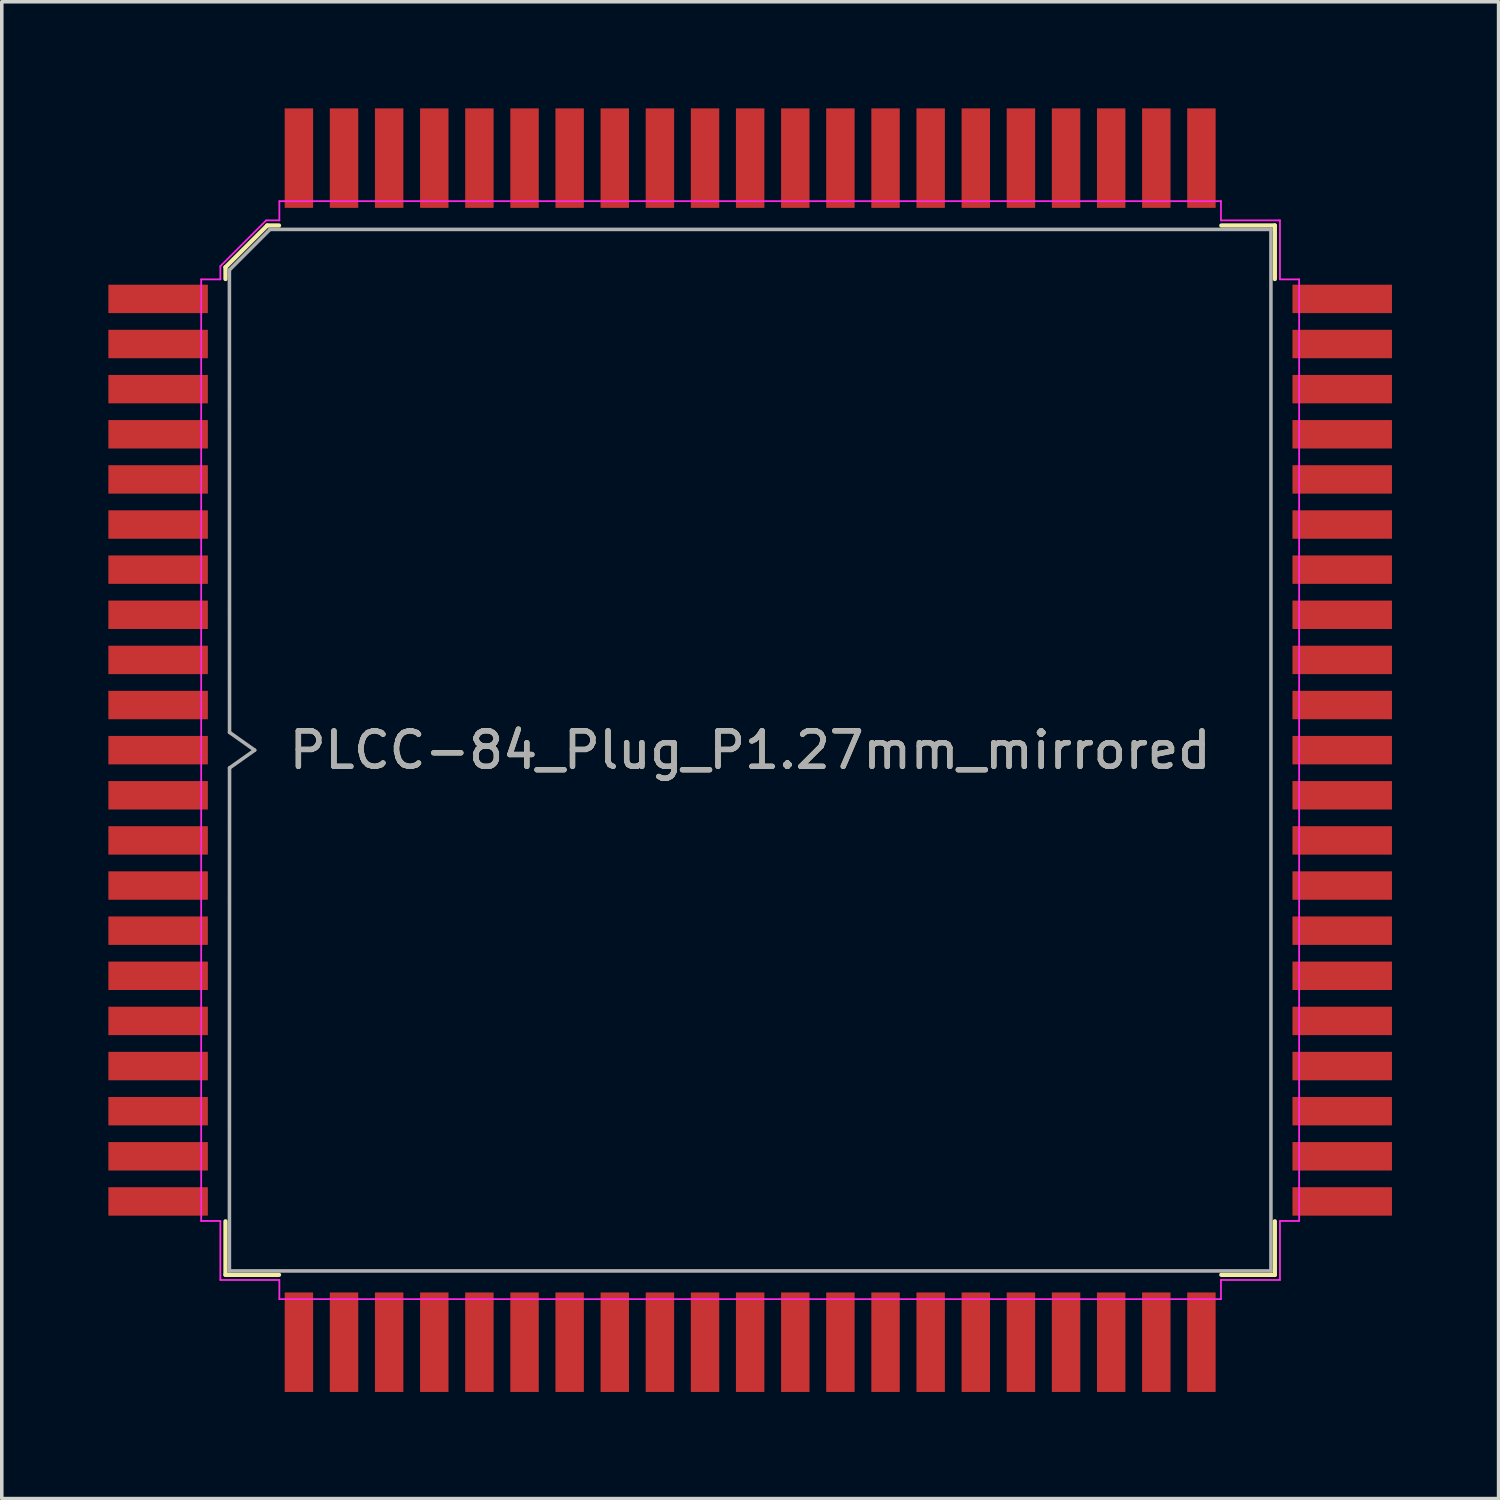
<source format=kicad_pcb>
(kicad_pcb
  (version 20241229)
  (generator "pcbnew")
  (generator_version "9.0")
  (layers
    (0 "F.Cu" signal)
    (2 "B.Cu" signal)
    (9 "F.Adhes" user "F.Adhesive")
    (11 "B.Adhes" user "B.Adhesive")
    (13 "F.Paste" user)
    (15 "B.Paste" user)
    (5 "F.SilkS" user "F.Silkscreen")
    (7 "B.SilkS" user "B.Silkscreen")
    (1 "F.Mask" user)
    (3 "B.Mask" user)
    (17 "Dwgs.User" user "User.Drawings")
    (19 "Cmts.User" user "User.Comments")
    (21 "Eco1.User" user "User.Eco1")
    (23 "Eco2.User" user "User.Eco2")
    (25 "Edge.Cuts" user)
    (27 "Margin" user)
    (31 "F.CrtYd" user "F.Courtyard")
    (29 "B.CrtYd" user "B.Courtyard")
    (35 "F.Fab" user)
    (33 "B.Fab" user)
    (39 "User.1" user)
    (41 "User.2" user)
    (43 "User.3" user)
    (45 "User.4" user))
  (footprint "PLCC-84_Plug_P1.27mm_mirrored"
    (layer "F.Cu")
    (at 18.062 18.062)
    (property "Reference" "PLCC-84_Plug_P1.27mm_mirrored" (at 0 0.001 0) (layer "F.SilkS") (effects (font (size 1 1) (thickness 0.15))))
    (attr smd)
    (fp_line (start -14.766 -13.591) (end -14.766 -13.26) (stroke (width 0.12) (type solid)) (layer "F.SilkS"))
    (fp_line (start -14.766 14.766) (end -14.766 13.26) (stroke (width 0.12) (type solid)) (layer "F.SilkS"))
    (fp_line (start -13.591 -14.766) (end -14.766 -13.591) (stroke (width 0.12) (type solid)) (layer "F.SilkS"))
    (fp_line (start -13.26 -14.766) (end -13.591 -14.766) (stroke (width 0.12) (type solid)) (layer "F.SilkS"))
    (fp_line (start -13.26 14.766) (end -14.766 14.766) (stroke (width 0.12) (type solid)) (layer "F.SilkS"))
    (fp_line (start 13.26 -14.766) (end 14.766 -14.766) (stroke (width 0.12) (type solid)) (layer "F.SilkS"))
    (fp_line (start 13.26 14.766) (end 14.766 14.766) (stroke (width 0.12) (type solid)) (layer "F.SilkS"))
    (fp_line (start 14.766 -14.766) (end 14.766 -13.26) (stroke (width 0.12) (type solid)) (layer "F.SilkS"))
    (fp_line (start 14.766 14.766) (end 14.766 13.26) (stroke (width 0.12) (type solid)) (layer "F.SilkS"))
    (fp_line (start -15.45 -13.25) (end -15.45 0) (stroke (width 0.05) (type solid)) (layer "F.CrtYd"))
    (fp_line (start -15.45 13.25) (end -15.45 0) (stroke (width 0.05) (type solid)) (layer "F.CrtYd"))
    (fp_line (start -14.91 -13.62) (end -14.91 -13.25) (stroke (width 0.05) (type solid)) (layer "F.CrtYd"))
    (fp_line (start -14.91 -13.25) (end -15.45 -13.25) (stroke (width 0.05) (type solid)) (layer "F.CrtYd"))
    (fp_line (start -14.91 13.25) (end -15.45 13.25) (stroke (width 0.05) (type solid)) (layer "F.CrtYd"))
    (fp_line (start -14.91 14.91) (end -14.91 13.25) (stroke (width 0.05) (type solid)) (layer "F.CrtYd"))
    (fp_line (start -13.62 -14.91) (end -14.91 -13.62) (stroke (width 0.05) (type solid)) (layer "F.CrtYd"))
    (fp_line (start -13.25 -15.45) (end -13.25 -14.91) (stroke (width 0.05) (type solid)) (layer "F.CrtYd"))
    (fp_line (start -13.25 -14.91) (end -13.62 -14.91) (stroke (width 0.05) (type solid)) (layer "F.CrtYd"))
    (fp_line (start -13.25 14.91) (end -14.91 14.91) (stroke (width 0.05) (type solid)) (layer "F.CrtYd"))
    (fp_line (start -13.25 15.45) (end -13.25 14.91) (stroke (width 0.05) (type solid)) (layer "F.CrtYd"))
    (fp_line (start 0 -15.45) (end -13.25 -15.45) (stroke (width 0.05) (type solid)) (layer "F.CrtYd"))
    (fp_line (start 0 -15.45) (end 13.25 -15.45) (stroke (width 0.05) (type solid)) (layer "F.CrtYd"))
    (fp_line (start 0 15.45) (end -13.25 15.45) (stroke (width 0.05) (type solid)) (layer "F.CrtYd"))
    (fp_line (start 0 15.45) (end 13.25 15.45) (stroke (width 0.05) (type solid)) (layer "F.CrtYd"))
    (fp_line (start 13.25 -15.45) (end 13.25 -14.91) (stroke (width 0.05) (type solid)) (layer "F.CrtYd"))
    (fp_line (start 13.25 -14.91) (end 14.91 -14.91) (stroke (width 0.05) (type solid)) (layer "F.CrtYd"))
    (fp_line (start 13.25 14.91) (end 14.91 14.91) (stroke (width 0.05) (type solid)) (layer "F.CrtYd"))
    (fp_line (start 13.25 15.45) (end 13.25 14.91) (stroke (width 0.05) (type solid)) (layer "F.CrtYd"))
    (fp_line (start 14.91 -14.91) (end 14.91 -13.25) (stroke (width 0.05) (type solid)) (layer "F.CrtYd"))
    (fp_line (start 14.91 -13.25) (end 15.45 -13.25) (stroke (width 0.05) (type solid)) (layer "F.CrtYd"))
    (fp_line (start 14.91 13.25) (end 15.45 13.25) (stroke (width 0.05) (type solid)) (layer "F.CrtYd"))
    (fp_line (start 14.91 14.91) (end 14.91 13.25) (stroke (width 0.05) (type solid)) (layer "F.CrtYd"))
    (fp_line (start 15.45 -13.25) (end 15.45 0) (stroke (width 0.05) (type solid)) (layer "F.CrtYd"))
    (fp_line (start 15.45 13.25) (end 15.45 0) (stroke (width 0.05) (type solid)) (layer "F.CrtYd"))
    (fp_line (start -14.656 -13.513) (end -13.513 -14.656) (stroke (width 0.1) (type solid)) (layer "F.Fab"))
    (fp_line (start -14.656 14.656) (end -14.652 0.5) (stroke (width 0.1) (type solid)) (layer "F.Fab"))
    (fp_line (start -14.652 -0.5) (end -14.656 -13.513) (stroke (width 0.1) (type solid)) (layer "F.Fab"))
    (fp_line (start -14.652 0.5) (end -13.945 0) (stroke (width 0.1) (type solid)) (layer "F.Fab"))
    (fp_line (start -13.945 0) (end -14.652 -0.5) (stroke (width 0.1) (type solid)) (layer "F.Fab"))
    (fp_line (start -13.513 -14.656) (end 14.656 -14.656) (stroke (width 0.1) (type solid)) (layer "F.Fab"))
    (fp_line (start 14.656 -14.656) (end 14.656 14.656) (stroke (width 0.1) (type solid)) (layer "F.Fab"))
    (fp_line (start 14.656 14.656) (end -14.656 14.656) (stroke (width 0.1) (type solid)) (layer "F.Fab"))
    (fp_text user "${REFERENCE}" (at 0 0 0) (layer "F.Fab") (effects (font (size 1 1) (thickness 0.15))))
    (pad "1" smd rect (at -16.662 0) (size 2.8 0.8) (layers "F.Cu" "F.Mask" "F.Paste"))
    (pad "2" smd rect (at -16.662 -1.27) (size 2.8 0.8) (layers "F.Cu" "F.Mask" "F.Paste"))
    (pad "3" smd rect (at -16.662 -2.54) (size 2.8 0.8) (layers "F.Cu" "F.Mask" "F.Paste"))
    (pad "4" smd rect (at -16.662 -3.81) (size 2.8 0.8) (layers "F.Cu" "F.Mask" "F.Paste"))
    (pad "5" smd rect (at -16.662 -5.08) (size 2.8 0.8) (layers "F.Cu" "F.Mask" "F.Paste"))
    (pad "6" smd rect (at -16.662 -6.35) (size 2.8 0.8) (layers "F.Cu" "F.Mask" "F.Paste"))
    (pad "7" smd rect (at -16.662 -7.62) (size 2.8 0.8) (layers "F.Cu" "F.Mask" "F.Paste"))
    (pad "8" smd rect (at -16.662 -8.89) (size 2.8 0.8) (layers "F.Cu" "F.Mask" "F.Paste"))
    (pad "9" smd rect (at -16.662 -10.16) (size 2.8 0.8) (layers "F.Cu" "F.Mask" "F.Paste"))
    (pad "10" smd rect (at -16.662 -11.43) (size 2.8 0.8) (layers "F.Cu" "F.Mask" "F.Paste"))
    (pad "11" smd rect (at -16.662 -12.7) (size 2.8 0.8) (layers "F.Cu" "F.Mask" "F.Paste"))
    (pad "12" smd rect (at -12.7 -16.662) (size 0.8 2.8) (layers "F.Cu" "F.Mask" "F.Paste"))
    (pad "13" smd rect (at -11.43 -16.662) (size 0.8 2.8) (layers "F.Cu" "F.Mask" "F.Paste"))
    (pad "14" smd rect (at -10.16 -16.662) (size 0.8 2.8) (layers "F.Cu" "F.Mask" "F.Paste"))
    (pad "15" smd rect (at -8.89 -16.662) (size 0.8 2.8) (layers "F.Cu" "F.Mask" "F.Paste"))
    (pad "16" smd rect (at -7.62 -16.662) (size 0.8 2.8) (layers "F.Cu" "F.Mask" "F.Paste"))
    (pad "17" smd rect (at -6.35 -16.662) (size 0.8 2.8) (layers "F.Cu" "F.Mask" "F.Paste"))
    (pad "18" smd rect (at -5.08 -16.662) (size 0.8 2.8) (layers "F.Cu" "F.Mask" "F.Paste"))
    (pad "19" smd rect (at -3.81 -16.662) (size 0.8 2.8) (layers "F.Cu" "F.Mask" "F.Paste"))
    (pad "20" smd rect (at -2.54 -16.662) (size 0.8 2.8) (layers "F.Cu" "F.Mask" "F.Paste"))
    (pad "21" smd rect (at -1.27 -16.662) (size 0.8 2.8) (layers "F.Cu" "F.Mask" "F.Paste"))
    (pad "22" smd rect (at 0 -16.662) (size 0.8 2.8) (layers "F.Cu" "F.Mask" "F.Paste"))
    (pad "23" smd rect (at 1.27 -16.662) (size 0.8 2.8) (layers "F.Cu" "F.Mask" "F.Paste"))
    (pad "24" smd rect (at 2.54 -16.662) (size 0.8 2.8) (layers "F.Cu" "F.Mask" "F.Paste"))
    (pad "25" smd rect (at 3.81 -16.662) (size 0.8 2.8) (layers "F.Cu" "F.Mask" "F.Paste"))
    (pad "26" smd rect (at 5.08 -16.662) (size 0.8 2.8) (layers "F.Cu" "F.Mask" "F.Paste"))
    (pad "27" smd rect (at 6.35 -16.662) (size 0.8 2.8) (layers "F.Cu" "F.Mask" "F.Paste"))
    (pad "28" smd rect (at 7.62 -16.662) (size 0.8 2.8) (layers "F.Cu" "F.Mask" "F.Paste"))
    (pad "29" smd rect (at 8.89 -16.662) (size 0.8 2.8) (layers "F.Cu" "F.Mask" "F.Paste"))
    (pad "30" smd rect (at 10.16 -16.662) (size 0.8 2.8) (layers "F.Cu" "F.Mask" "F.Paste"))
    (pad "31" smd rect (at 11.43 -16.662) (size 0.8 2.8) (layers "F.Cu" "F.Mask" "F.Paste"))
    (pad "32" smd rect (at 12.7 -16.662) (size 0.8 2.8) (layers "F.Cu" "F.Mask" "F.Paste"))
    (pad "33" smd rect (at 16.662 -12.7) (size 2.8 0.8) (layers "F.Cu" "F.Mask" "F.Paste"))
    (pad "34" smd rect (at 16.662 -11.43) (size 2.8 0.8) (layers "F.Cu" "F.Mask" "F.Paste"))
    (pad "35" smd rect (at 16.662 -10.16) (size 2.8 0.8) (layers "F.Cu" "F.Mask" "F.Paste"))
    (pad "36" smd rect (at 16.662 -8.89) (size 2.8 0.8) (layers "F.Cu" "F.Mask" "F.Paste"))
    (pad "37" smd rect (at 16.662 -7.62) (size 2.8 0.8) (layers "F.Cu" "F.Mask" "F.Paste"))
    (pad "38" smd rect (at 16.662 -6.35) (size 2.8 0.8) (layers "F.Cu" "F.Mask" "F.Paste"))
    (pad "39" smd rect (at 16.662 -5.08) (size 2.8 0.8) (layers "F.Cu" "F.Mask" "F.Paste"))
    (pad "40" smd rect (at 16.662 -3.81) (size 2.8 0.8) (layers "F.Cu" "F.Mask" "F.Paste"))
    (pad "41" smd rect (at 16.662 -2.54) (size 2.8 0.8) (layers "F.Cu" "F.Mask" "F.Paste"))
    (pad "42" smd rect (at 16.662 -1.27) (size 2.8 0.8) (layers "F.Cu" "F.Mask" "F.Paste"))
    (pad "43" smd rect (at 16.662 0) (size 2.8 0.8) (layers "F.Cu" "F.Mask" "F.Paste"))
    (pad "44" smd rect (at 16.662 1.27) (size 2.8 0.8) (layers "F.Cu" "F.Mask" "F.Paste"))
    (pad "45" smd rect (at 16.662 2.54) (size 2.8 0.8) (layers "F.Cu" "F.Mask" "F.Paste"))
    (pad "46" smd rect (at 16.662 3.81) (size 2.8 0.8) (layers "F.Cu" "F.Mask" "F.Paste"))
    (pad "47" smd rect (at 16.662 5.08) (size 2.8 0.8) (layers "F.Cu" "F.Mask" "F.Paste"))
    (pad "48" smd rect (at 16.662 6.35) (size 2.8 0.8) (layers "F.Cu" "F.Mask" "F.Paste"))
    (pad "49" smd rect (at 16.662 7.62) (size 2.8 0.8) (layers "F.Cu" "F.Mask" "F.Paste"))
    (pad "50" smd rect (at 16.662 8.89) (size 2.8 0.8) (layers "F.Cu" "F.Mask" "F.Paste"))
    (pad "51" smd rect (at 16.662 10.16) (size 2.8 0.8) (layers "F.Cu" "F.Mask" "F.Paste"))
    (pad "52" smd rect (at 16.662 11.43) (size 2.8 0.8) (layers "F.Cu" "F.Mask" "F.Paste"))
    (pad "53" smd rect (at 16.662 12.7) (size 2.8 0.8) (layers "F.Cu" "F.Mask" "F.Paste"))
    (pad "54" smd rect (at 12.7 16.662) (size 0.8 2.8) (layers "F.Cu" "F.Mask" "F.Paste"))
    (pad "55" smd rect (at 11.43 16.662) (size 0.8 2.8) (layers "F.Cu" "F.Mask" "F.Paste"))
    (pad "56" smd rect (at 10.16 16.662) (size 0.8 2.8) (layers "F.Cu" "F.Mask" "F.Paste"))
    (pad "57" smd rect (at 8.89 16.662) (size 0.8 2.8) (layers "F.Cu" "F.Mask" "F.Paste"))
    (pad "58" smd rect (at 7.62 16.662) (size 0.8 2.8) (layers "F.Cu" "F.Mask" "F.Paste"))
    (pad "59" smd rect (at 6.35 16.662) (size 0.8 2.8) (layers "F.Cu" "F.Mask" "F.Paste"))
    (pad "60" smd rect (at 5.08 16.662) (size 0.8 2.8) (layers "F.Cu" "F.Mask" "F.Paste"))
    (pad "61" smd rect (at 3.81 16.662) (size 0.8 2.8) (layers "F.Cu" "F.Mask" "F.Paste"))
    (pad "62" smd rect (at 2.54 16.662) (size 0.8 2.8) (layers "F.Cu" "F.Mask" "F.Paste"))
    (pad "63" smd rect (at 1.27 16.662) (size 0.8 2.8) (layers "F.Cu" "F.Mask" "F.Paste"))
    (pad "64" smd rect (at 0 16.662) (size 0.8 2.8) (layers "F.Cu" "F.Mask" "F.Paste"))
    (pad "65" smd rect (at -1.27 16.662) (size 0.8 2.8) (layers "F.Cu" "F.Mask" "F.Paste"))
    (pad "66" smd rect (at -2.54 16.662) (size 0.8 2.8) (layers "F.Cu" "F.Mask" "F.Paste"))
    (pad "67" smd rect (at -3.81 16.662) (size 0.8 2.8) (layers "F.Cu" "F.Mask" "F.Paste"))
    (pad "68" smd rect (at -5.08 16.662) (size 0.8 2.8) (layers "F.Cu" "F.Mask" "F.Paste"))
    (pad "69" smd rect (at -6.35 16.662) (size 0.8 2.8) (layers "F.Cu" "F.Mask" "F.Paste"))
    (pad "70" smd rect (at -7.62 16.662) (size 0.8 2.8) (layers "F.Cu" "F.Mask" "F.Paste"))
    (pad "71" smd rect (at -8.89 16.662) (size 0.8 2.8) (layers "F.Cu" "F.Mask" "F.Paste"))
    (pad "72" smd rect (at -10.16 16.662) (size 0.8 2.8) (layers "F.Cu" "F.Mask" "F.Paste"))
    (pad "73" smd rect (at -11.43 16.662) (size 0.8 2.8) (layers "F.Cu" "F.Mask" "F.Paste"))
    (pad "74" smd rect (at -12.7 16.662) (size 0.8 2.8) (layers "F.Cu" "F.Mask" "F.Paste"))
    (pad "75" smd rect (at -16.662 12.7) (size 2.8 0.8) (layers "F.Cu" "F.Mask" "F.Paste"))
    (pad "76" smd rect (at -16.662 11.43) (size 2.8 0.8) (layers "F.Cu" "F.Mask" "F.Paste"))
    (pad "77" smd rect (at -16.662 10.16) (size 2.8 0.8) (layers "F.Cu" "F.Mask" "F.Paste"))
    (pad "78" smd rect (at -16.662 8.89) (size 2.8 0.8) (layers "F.Cu" "F.Mask" "F.Paste"))
    (pad "79" smd rect (at -16.662 7.62) (size 2.8 0.8) (layers "F.Cu" "F.Mask" "F.Paste"))
    (pad "80" smd rect (at -16.662 6.35) (size 2.8 0.8) (layers "F.Cu" "F.Mask" "F.Paste"))
    (pad "81" smd rect (at -16.662 5.08) (size 2.8 0.8) (layers "F.Cu" "F.Mask" "F.Paste"))
    (pad "82" smd rect (at -16.662 3.81) (size 2.8 0.8) (layers "F.Cu" "F.Mask" "F.Paste"))
    (pad "83" smd rect (at -16.662 2.54) (size 2.8 0.8) (layers "F.Cu" "F.Mask" "F.Paste"))
    (pad "84" smd rect (at -16.662 1.27) (size 2.8 0.8) (layers "F.Cu" "F.Mask" "F.Paste")))
  (gr_rect
    (start -3 -3)
    (end 39.125 39.125)
    (stroke (width 0.1) (type default))
    (fill no)
    (layer "Edge.Cuts")))
</source>
